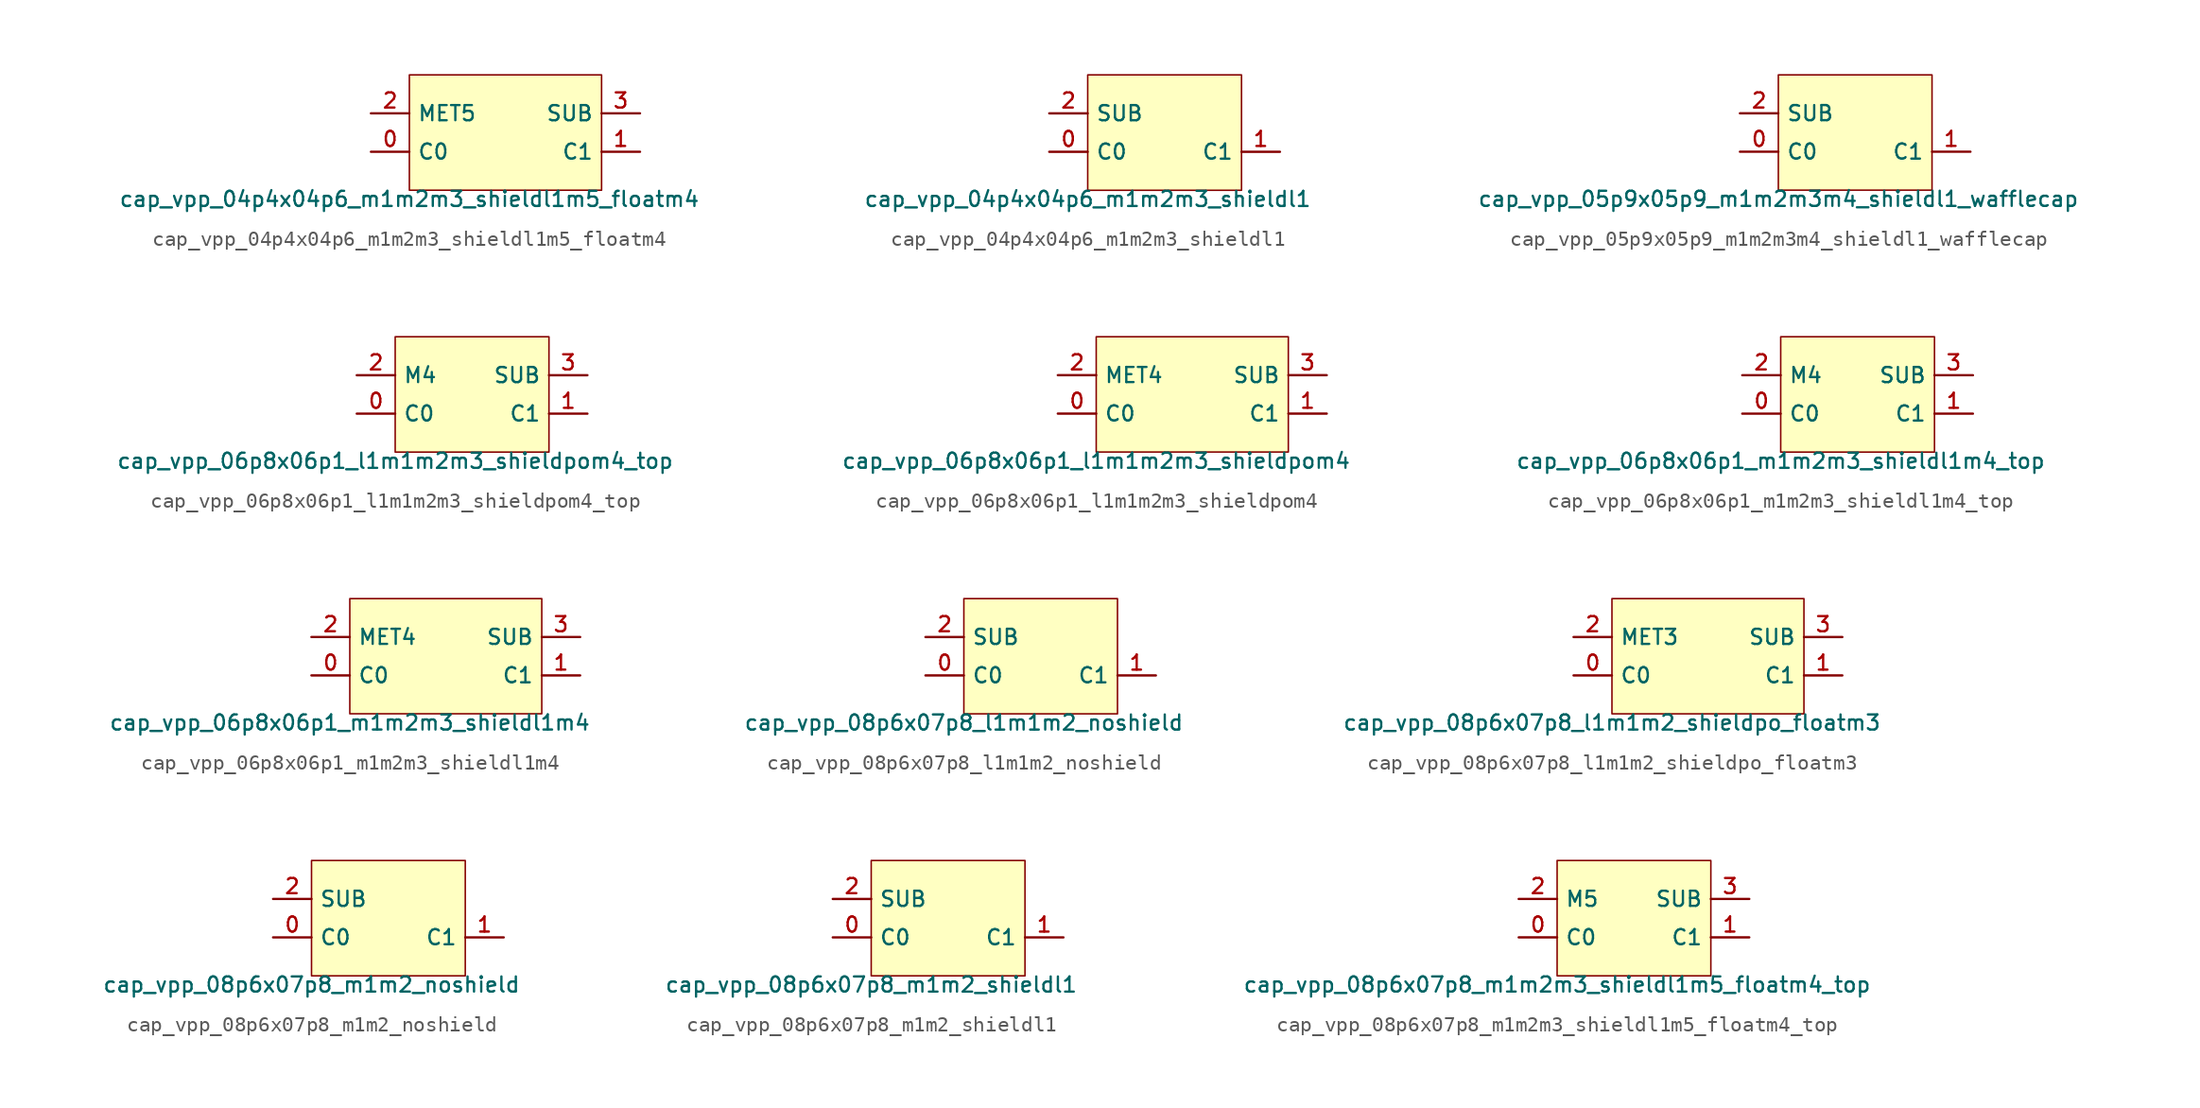
<source format=kicad_sym>
(kicad_symbol_lib
  (version 20211014)
  (generator pdk2kicad)
  (symbol "cap_vpp_04p4x04p6_m1m2m3_shieldl1m5_floatm4"
    (property "Reference" "X"
      (at 0 0 0)
      (effects (font (size 1 1)) hide))
    (property "Value" "cap_vpp_04p4x04p6_m1m2m3_shieldl1m5_floatm4"
      (at -6.35 -3.81 0)
      (effects (font (size 1 1)) (justify top)))
    (rectangle
      (start -6.35 -3.81)
      (end 6.35 3.81)
      (stroke (width 0.1) (type solid) (color 0 0 0 0))
      (fill (type background)))
    (pin bidirectional line
      (at -8.89 -1.27 0)
      (length 2.54)
      (name "C0" (effects (font (size 1 1)) hide))
      (number "0" (effects (font (size 1 1)) hide)))
    (pin bidirectional line
      (at 8.89 -1.27 180)
      (length 2.54)
      (name "C1" (effects (font (size 1 1)) hide))
      (number "1" (effects (font (size 1 1)) hide)))
    (pin bidirectional line
      (at -8.89 1.27 0)
      (length 2.54)
      (name "MET5" (effects (font (size 1 1)) hide))
      (number "2" (effects (font (size 1 1)) hide)))
    (pin bidirectional line
      (at 8.89 1.27 180)
      (length 2.54)
      (name "SUB" (effects (font (size 1 1)) hide))
      (number "3" (effects (font (size 1 1)) hide))))
  (symbol "cap_vpp_04p4x04p6_m1m2m3_shieldl1"
    (property "Reference" "X"
      (at 0 0 0)
      (effects (font (size 1 1)) hide))
    (property "Value" "cap_vpp_04p4x04p6_m1m2m3_shieldl1"
      (at -5.08 -3.81 0)
      (effects (font (size 1 1)) (justify top)))
    (rectangle
      (start -5.08 -3.81)
      (end 5.08 3.81)
      (stroke (width 0.1) (type solid) (color 0 0 0 0))
      (fill (type background)))
    (pin bidirectional line
      (at -7.62 -1.27 0)
      (length 2.54)
      (name "C0" (effects (font (size 1 1)) hide))
      (number "0" (effects (font (size 1 1)) hide)))
    (pin bidirectional line
      (at 7.62 -1.27 180)
      (length 2.54)
      (name "C1" (effects (font (size 1 1)) hide))
      (number "1" (effects (font (size 1 1)) hide)))
    (pin bidirectional line
      (at -7.62 1.27 0)
      (length 2.54)
      (name "SUB" (effects (font (size 1 1)) hide))
      (number "2" (effects (font (size 1 1)) hide))))
  (symbol "cap_vpp_05p9x05p9_m1m2m3m4_shieldl1_wafflecap"
    (property "Reference" "X"
      (at 0 0 0)
      (effects (font (size 1 1)) hide))
    (property "Value" "cap_vpp_05p9x05p9_m1m2m3m4_shieldl1_wafflecap"
      (at -5.08 -3.81 0)
      (effects (font (size 1 1)) (justify top)))
    (rectangle
      (start -5.08 -3.81)
      (end 5.08 3.81)
      (stroke (width 0.1) (type solid) (color 0 0 0 0))
      (fill (type background)))
    (pin bidirectional line
      (at -7.62 -1.27 0)
      (length 2.54)
      (name "C0" (effects (font (size 1 1)) hide))
      (number "0" (effects (font (size 1 1)) hide)))
    (pin bidirectional line
      (at 7.62 -1.27 180)
      (length 2.54)
      (name "C1" (effects (font (size 1 1)) hide))
      (number "1" (effects (font (size 1 1)) hide)))
    (pin bidirectional line
      (at -7.62 1.27 0)
      (length 2.54)
      (name "SUB" (effects (font (size 1 1)) hide))
      (number "2" (effects (font (size 1 1)) hide))))
  (symbol "cap_vpp_06p8x06p1_l1m1m2m3_shieldpom4_top"
    (property "Reference" "X"
      (at 0 0 0)
      (effects (font (size 1 1)) hide))
    (property "Value" "cap_vpp_06p8x06p1_l1m1m2m3_shieldpom4_top"
      (at -5.08 -3.81 0)
      (effects (font (size 1 1)) (justify top)))
    (rectangle
      (start -5.08 -3.81)
      (end 5.08 3.81)
      (stroke (width 0.1) (type solid) (color 0 0 0 0))
      (fill (type background)))
    (pin bidirectional line
      (at -7.62 -1.27 0)
      (length 2.54)
      (name "C0" (effects (font (size 1 1)) hide))
      (number "0" (effects (font (size 1 1)) hide)))
    (pin bidirectional line
      (at 7.62 -1.27 180)
      (length 2.54)
      (name "C1" (effects (font (size 1 1)) hide))
      (number "1" (effects (font (size 1 1)) hide)))
    (pin bidirectional line
      (at -7.62 1.27 0)
      (length 2.54)
      (name "M4" (effects (font (size 1 1)) hide))
      (number "2" (effects (font (size 1 1)) hide)))
    (pin bidirectional line
      (at 7.62 1.27 180)
      (length 2.54)
      (name "SUB" (effects (font (size 1 1)) hide))
      (number "3" (effects (font (size 1 1)) hide))))
  (symbol "cap_vpp_06p8x06p1_l1m1m2m3_shieldpom4"
    (property "Reference" "X"
      (at 0 0 0)
      (effects (font (size 1 1)) hide))
    (property "Value" "cap_vpp_06p8x06p1_l1m1m2m3_shieldpom4"
      (at -6.35 -3.81 0)
      (effects (font (size 1 1)) (justify top)))
    (rectangle
      (start -6.35 -3.81)
      (end 6.35 3.81)
      (stroke (width 0.1) (type solid) (color 0 0 0 0))
      (fill (type background)))
    (pin bidirectional line
      (at -8.89 -1.27 0)
      (length 2.54)
      (name "C0" (effects (font (size 1 1)) hide))
      (number "0" (effects (font (size 1 1)) hide)))
    (pin bidirectional line
      (at 8.89 -1.27 180)
      (length 2.54)
      (name "C1" (effects (font (size 1 1)) hide))
      (number "1" (effects (font (size 1 1)) hide)))
    (pin bidirectional line
      (at -8.89 1.27 0)
      (length 2.54)
      (name "MET4" (effects (font (size 1 1)) hide))
      (number "2" (effects (font (size 1 1)) hide)))
    (pin bidirectional line
      (at 8.89 1.27 180)
      (length 2.54)
      (name "SUB" (effects (font (size 1 1)) hide))
      (number "3" (effects (font (size 1 1)) hide))))
  (symbol "cap_vpp_06p8x06p1_m1m2m3_shieldl1m4_top"
    (property "Reference" "X"
      (at 0 0 0)
      (effects (font (size 1 1)) hide))
    (property "Value" "cap_vpp_06p8x06p1_m1m2m3_shieldl1m4_top"
      (at -5.08 -3.81 0)
      (effects (font (size 1 1)) (justify top)))
    (rectangle
      (start -5.08 -3.81)
      (end 5.08 3.81)
      (stroke (width 0.1) (type solid) (color 0 0 0 0))
      (fill (type background)))
    (pin bidirectional line
      (at -7.62 -1.27 0)
      (length 2.54)
      (name "C0" (effects (font (size 1 1)) hide))
      (number "0" (effects (font (size 1 1)) hide)))
    (pin bidirectional line
      (at 7.62 -1.27 180)
      (length 2.54)
      (name "C1" (effects (font (size 1 1)) hide))
      (number "1" (effects (font (size 1 1)) hide)))
    (pin bidirectional line
      (at -7.62 1.27 0)
      (length 2.54)
      (name "M4" (effects (font (size 1 1)) hide))
      (number "2" (effects (font (size 1 1)) hide)))
    (pin bidirectional line
      (at 7.62 1.27 180)
      (length 2.54)
      (name "SUB" (effects (font (size 1 1)) hide))
      (number "3" (effects (font (size 1 1)) hide))))
  (symbol "cap_vpp_06p8x06p1_m1m2m3_shieldl1m4"
    (property "Reference" "X"
      (at 0 0 0)
      (effects (font (size 1 1)) hide))
    (property "Value" "cap_vpp_06p8x06p1_m1m2m3_shieldl1m4"
      (at -6.35 -3.81 0)
      (effects (font (size 1 1)) (justify top)))
    (rectangle
      (start -6.35 -3.81)
      (end 6.35 3.81)
      (stroke (width 0.1) (type solid) (color 0 0 0 0))
      (fill (type background)))
    (pin bidirectional line
      (at -8.89 -1.27 0)
      (length 2.54)
      (name "C0" (effects (font (size 1 1)) hide))
      (number "0" (effects (font (size 1 1)) hide)))
    (pin bidirectional line
      (at 8.89 -1.27 180)
      (length 2.54)
      (name "C1" (effects (font (size 1 1)) hide))
      (number "1" (effects (font (size 1 1)) hide)))
    (pin bidirectional line
      (at -8.89 1.27 0)
      (length 2.54)
      (name "MET4" (effects (font (size 1 1)) hide))
      (number "2" (effects (font (size 1 1)) hide)))
    (pin bidirectional line
      (at 8.89 1.27 180)
      (length 2.54)
      (name "SUB" (effects (font (size 1 1)) hide))
      (number "3" (effects (font (size 1 1)) hide))))
  (symbol "cap_vpp_08p6x07p8_l1m1m2_noshield"
    (property "Reference" "X"
      (at 0 0 0)
      (effects (font (size 1 1)) hide))
    (property "Value" "cap_vpp_08p6x07p8_l1m1m2_noshield"
      (at -5.08 -3.81 0)
      (effects (font (size 1 1)) (justify top)))
    (rectangle
      (start -5.08 -3.81)
      (end 5.08 3.81)
      (stroke (width 0.1) (type solid) (color 0 0 0 0))
      (fill (type background)))
    (pin bidirectional line
      (at -7.62 -1.27 0)
      (length 2.54)
      (name "C0" (effects (font (size 1 1)) hide))
      (number "0" (effects (font (size 1 1)) hide)))
    (pin bidirectional line
      (at 7.62 -1.27 180)
      (length 2.54)
      (name "C1" (effects (font (size 1 1)) hide))
      (number "1" (effects (font (size 1 1)) hide)))
    (pin bidirectional line
      (at -7.62 1.27 0)
      (length 2.54)
      (name "SUB" (effects (font (size 1 1)) hide))
      (number "2" (effects (font (size 1 1)) hide))))
  (symbol "cap_vpp_08p6x07p8_l1m1m2_shieldpo_floatm3"
    (property "Reference" "X"
      (at 0 0 0)
      (effects (font (size 1 1)) hide))
    (property "Value" "cap_vpp_08p6x07p8_l1m1m2_shieldpo_floatm3"
      (at -6.35 -3.81 0)
      (effects (font (size 1 1)) (justify top)))
    (rectangle
      (start -6.35 -3.81)
      (end 6.35 3.81)
      (stroke (width 0.1) (type solid) (color 0 0 0 0))
      (fill (type background)))
    (pin bidirectional line
      (at -8.89 -1.27 0)
      (length 2.54)
      (name "C0" (effects (font (size 1 1)) hide))
      (number "0" (effects (font (size 1 1)) hide)))
    (pin bidirectional line
      (at 8.89 -1.27 180)
      (length 2.54)
      (name "C1" (effects (font (size 1 1)) hide))
      (number "1" (effects (font (size 1 1)) hide)))
    (pin bidirectional line
      (at -8.89 1.27 0)
      (length 2.54)
      (name "MET3" (effects (font (size 1 1)) hide))
      (number "2" (effects (font (size 1 1)) hide)))
    (pin bidirectional line
      (at 8.89 1.27 180)
      (length 2.54)
      (name "SUB" (effects (font (size 1 1)) hide))
      (number "3" (effects (font (size 1 1)) hide))))
  (symbol "cap_vpp_08p6x07p8_m1m2_noshield"
    (property "Reference" "X"
      (at 0 0 0)
      (effects (font (size 1 1)) hide))
    (property "Value" "cap_vpp_08p6x07p8_m1m2_noshield"
      (at -5.08 -3.81 0)
      (effects (font (size 1 1)) (justify top)))
    (rectangle
      (start -5.08 -3.81)
      (end 5.08 3.81)
      (stroke (width 0.1) (type solid) (color 0 0 0 0))
      (fill (type background)))
    (pin bidirectional line
      (at -7.62 -1.27 0)
      (length 2.54)
      (name "C0" (effects (font (size 1 1)) hide))
      (number "0" (effects (font (size 1 1)) hide)))
    (pin bidirectional line
      (at 7.62 -1.27 180)
      (length 2.54)
      (name "C1" (effects (font (size 1 1)) hide))
      (number "1" (effects (font (size 1 1)) hide)))
    (pin bidirectional line
      (at -7.62 1.27 0)
      (length 2.54)
      (name "SUB" (effects (font (size 1 1)) hide))
      (number "2" (effects (font (size 1 1)) hide))))
  (symbol "cap_vpp_08p6x07p8_m1m2_shieldl1"
    (property "Reference" "X"
      (at 0 0 0)
      (effects (font (size 1 1)) hide))
    (property "Value" "cap_vpp_08p6x07p8_m1m2_shieldl1"
      (at -5.08 -3.81 0)
      (effects (font (size 1 1)) (justify top)))
    (rectangle
      (start -5.08 -3.81)
      (end 5.08 3.81)
      (stroke (width 0.1) (type solid) (color 0 0 0 0))
      (fill (type background)))
    (pin bidirectional line
      (at -7.62 -1.27 0)
      (length 2.54)
      (name "C0" (effects (font (size 1 1)) hide))
      (number "0" (effects (font (size 1 1)) hide)))
    (pin bidirectional line
      (at 7.62 -1.27 180)
      (length 2.54)
      (name "C1" (effects (font (size 1 1)) hide))
      (number "1" (effects (font (size 1 1)) hide)))
    (pin bidirectional line
      (at -7.62 1.27 0)
      (length 2.54)
      (name "SUB" (effects (font (size 1 1)) hide))
      (number "2" (effects (font (size 1 1)) hide))))
  (symbol "cap_vpp_08p6x07p8_m1m2m3_shieldl1m5_floatm4_top"
    (property "Reference" "X"
      (at 0 0 0)
      (effects (font (size 1 1)) hide))
    (property "Value" "cap_vpp_08p6x07p8_m1m2m3_shieldl1m5_floatm4_top"
      (at -5.08 -3.81 0)
      (effects (font (size 1 1)) (justify top)))
    (rectangle
      (start -5.08 -3.81)
      (end 5.08 3.81)
      (stroke (width 0.1) (type solid) (color 0 0 0 0))
      (fill (type background)))
    (pin bidirectional line
      (at -7.62 -1.27 0)
      (length 2.54)
      (name "C0" (effects (font (size 1 1)) hide))
      (number "0" (effects (font (size 1 1)) hide)))
    (pin bidirectional line
      (at 7.62 -1.27 180)
      (length 2.54)
      (name "C1" (effects (font (size 1 1)) hide))
      (number "1" (effects (font (size 1 1)) hide)))
    (pin bidirectional line
      (at -7.62 1.27 0)
      (length 2.54)
      (name "M5" (effects (font (size 1 1)) hide))
      (number "2" (effects (font (size 1 1)) hide)))
    (pin bidirectional line
      (at 7.62 1.27 180)
      (length 2.54)
      (name "SUB" (effects (font (size 1 1)) hide))
      (number "3" (effects (font (size 1 1)) hide)))))
</source>
